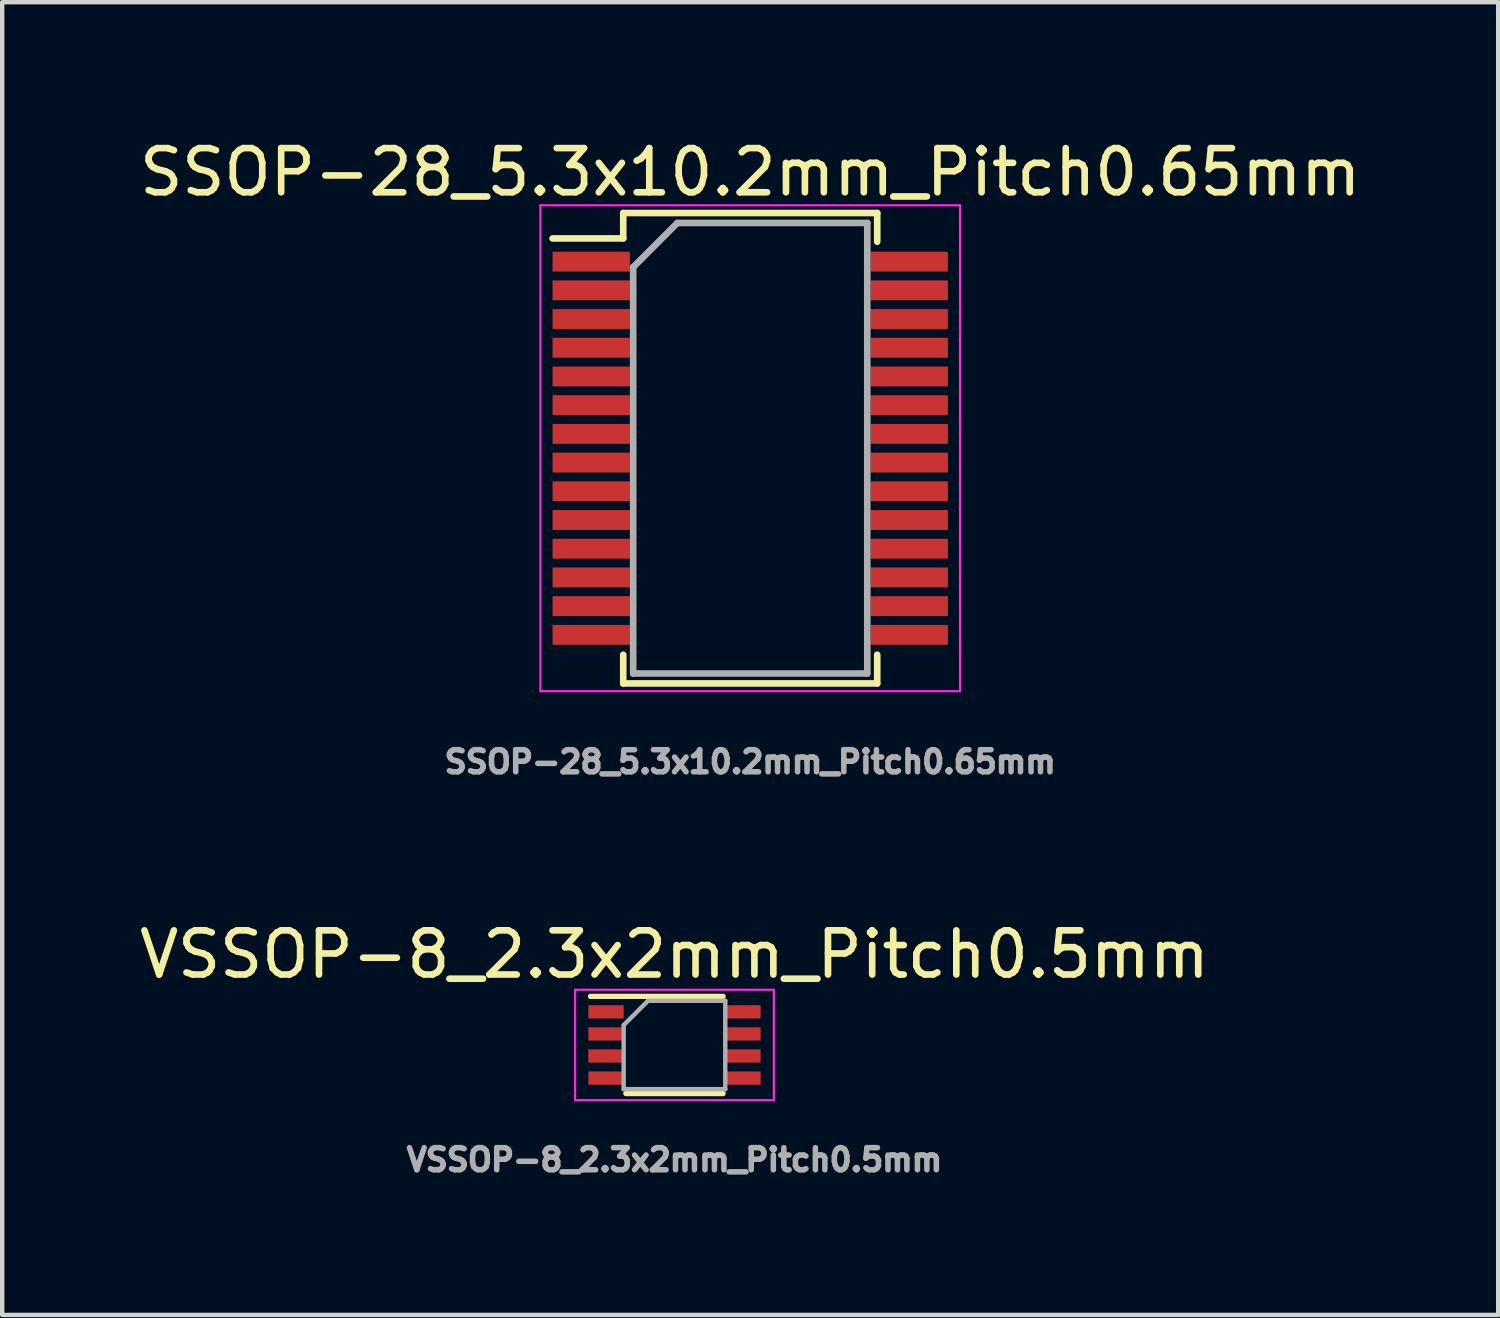
<source format=kicad_pcb>
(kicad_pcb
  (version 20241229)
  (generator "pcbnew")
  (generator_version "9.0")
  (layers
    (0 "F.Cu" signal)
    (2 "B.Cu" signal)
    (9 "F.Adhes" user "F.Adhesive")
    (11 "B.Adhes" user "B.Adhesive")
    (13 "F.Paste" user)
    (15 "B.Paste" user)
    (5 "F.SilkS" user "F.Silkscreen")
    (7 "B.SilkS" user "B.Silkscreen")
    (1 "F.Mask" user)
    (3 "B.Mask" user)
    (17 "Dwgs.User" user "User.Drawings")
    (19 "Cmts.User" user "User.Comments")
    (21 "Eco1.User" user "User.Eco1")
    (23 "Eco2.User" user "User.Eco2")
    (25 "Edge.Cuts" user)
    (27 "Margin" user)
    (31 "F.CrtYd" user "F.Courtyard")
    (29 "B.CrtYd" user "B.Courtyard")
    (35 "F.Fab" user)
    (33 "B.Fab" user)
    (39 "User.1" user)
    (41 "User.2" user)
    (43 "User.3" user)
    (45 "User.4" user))
  (footprint "SSOP-28_5.3x10.2mm_Pitch0.65mm"
    (layer "F.Cu")
    (at 13.935 7.098)
    (property "Reference" "SSOP-28_5.3x10.2mm_Pitch0.65mm" (at 0 -6.25 0) (layer "F.SilkS") (effects (font (size 1 1) (thickness 0.15))))
    (attr smd)
    (fp_line (start -2.875 -5.325) (end -2.875 -4.75) (stroke (width 0.15) (type solid)) (layer "F.SilkS"))
    (fp_line (start -2.875 -5.325) (end 2.875 -5.325) (stroke (width 0.15) (type solid)) (layer "F.SilkS"))
    (fp_line (start -2.875 -4.75) (end -4.475 -4.75) (stroke (width 0.15) (type solid)) (layer "F.SilkS"))
    (fp_line (start -2.875 5.325) (end -2.875 4.675) (stroke (width 0.15) (type solid)) (layer "F.SilkS"))
    (fp_line (start -2.875 5.325) (end 2.875 5.325) (stroke (width 0.15) (type solid)) (layer "F.SilkS"))
    (fp_line (start 2.875 -5.325) (end 2.875 -4.675) (stroke (width 0.15) (type solid)) (layer "F.SilkS"))
    (fp_line (start 2.875 5.325) (end 2.875 4.675) (stroke (width 0.15) (type solid)) (layer "F.SilkS"))
    (fp_line (start -4.75 -5.5) (end -4.75 5.5) (stroke (width 0.05) (type solid)) (layer "F.CrtYd"))
    (fp_line (start -4.75 -5.5) (end 4.75 -5.5) (stroke (width 0.05) (type solid)) (layer "F.CrtYd"))
    (fp_line (start -4.75 5.5) (end 4.75 5.5) (stroke (width 0.05) (type solid)) (layer "F.CrtYd"))
    (fp_line (start 4.75 -5.5) (end 4.75 5.5) (stroke (width 0.05) (type solid)) (layer "F.CrtYd"))
    (fp_line (start -2.65 -4.1) (end -1.65 -5.1) (stroke (width 0.15) (type solid)) (layer "F.Fab"))
    (fp_line (start -2.65 5.1) (end -2.65 -4.1) (stroke (width 0.15) (type solid)) (layer "F.Fab"))
    (fp_line (start -1.65 -5.1) (end 2.65 -5.1) (stroke (width 0.15) (type solid)) (layer "F.Fab"))
    (fp_line (start 2.65 -5.1) (end 2.65 5.1) (stroke (width 0.15) (type solid)) (layer "F.Fab"))
    (fp_line (start 2.65 5.1) (end -2.65 5.1) (stroke (width 0.15) (type solid)) (layer "F.Fab"))
    (fp_text user "${REFERENCE}" (at 0 7.1 0) (layer "F.Fab") (effects (font (size 0.5 0.5) (thickness 0.125))))
    (pad "1" smd rect (at -3.6 -4.225) (size 1.75 0.45) (layers "F.Cu" "F.Mask" "F.Paste"))
    (pad "2" smd rect (at -3.6 -3.575) (size 1.75 0.45) (layers "F.Cu" "F.Mask" "F.Paste"))
    (pad "3" smd rect (at -3.6 -2.925) (size 1.75 0.45) (layers "F.Cu" "F.Mask" "F.Paste"))
    (pad "4" smd rect (at -3.6 -2.275) (size 1.75 0.45) (layers "F.Cu" "F.Mask" "F.Paste"))
    (pad "5" smd rect (at -3.6 -1.625) (size 1.75 0.45) (layers "F.Cu" "F.Mask" "F.Paste"))
    (pad "6" smd rect (at -3.6 -0.975) (size 1.75 0.45) (layers "F.Cu" "F.Mask" "F.Paste"))
    (pad "7" smd rect (at -3.6 -0.325) (size 1.75 0.45) (layers "F.Cu" "F.Mask" "F.Paste"))
    (pad "8" smd rect (at -3.6 0.325) (size 1.75 0.45) (layers "F.Cu" "F.Mask" "F.Paste"))
    (pad "9" smd rect (at -3.6 0.975) (size 1.75 0.45) (layers "F.Cu" "F.Mask" "F.Paste"))
    (pad "10" smd rect (at -3.6 1.625) (size 1.75 0.45) (layers "F.Cu" "F.Mask" "F.Paste"))
    (pad "11" smd rect (at -3.6 2.275) (size 1.75 0.45) (layers "F.Cu" "F.Mask" "F.Paste"))
    (pad "12" smd rect (at -3.6 2.925) (size 1.75 0.45) (layers "F.Cu" "F.Mask" "F.Paste"))
    (pad "13" smd rect (at -3.6 3.575) (size 1.75 0.45) (layers "F.Cu" "F.Mask" "F.Paste"))
    (pad "14" smd rect (at -3.6 4.225) (size 1.75 0.45) (layers "F.Cu" "F.Mask" "F.Paste"))
    (pad "15" smd rect (at 3.6 4.225) (size 1.75 0.45) (layers "F.Cu" "F.Mask" "F.Paste"))
    (pad "16" smd rect (at 3.6 3.575) (size 1.75 0.45) (layers "F.Cu" "F.Mask" "F.Paste"))
    (pad "17" smd rect (at 3.6 2.925) (size 1.75 0.45) (layers "F.Cu" "F.Mask" "F.Paste"))
    (pad "18" smd rect (at 3.6 2.275) (size 1.75 0.45) (layers "F.Cu" "F.Mask" "F.Paste"))
    (pad "19" smd rect (at 3.6 1.625) (size 1.75 0.45) (layers "F.Cu" "F.Mask" "F.Paste"))
    (pad "20" smd rect (at 3.6 0.975) (size 1.75 0.45) (layers "F.Cu" "F.Mask" "F.Paste"))
    (pad "21" smd rect (at 3.6 0.325) (size 1.75 0.45) (layers "F.Cu" "F.Mask" "F.Paste"))
    (pad "22" smd rect (at 3.6 -0.325) (size 1.75 0.45) (layers "F.Cu" "F.Mask" "F.Paste"))
    (pad "23" smd rect (at 3.6 -0.975) (size 1.75 0.45) (layers "F.Cu" "F.Mask" "F.Paste"))
    (pad "24" smd rect (at 3.6 -1.625) (size 1.75 0.45) (layers "F.Cu" "F.Mask" "F.Paste"))
    (pad "25" smd rect (at 3.6 -2.275) (size 1.75 0.45) (layers "F.Cu" "F.Mask" "F.Paste"))
    (pad "26" smd rect (at 3.6 -2.925) (size 1.75 0.45) (layers "F.Cu" "F.Mask" "F.Paste"))
    (pad "27" smd rect (at 3.6 -3.575) (size 1.75 0.45) (layers "F.Cu" "F.Mask" "F.Paste"))
    (pad "28" smd rect (at 3.6 -4.225) (size 1.75 0.45) (layers "F.Cu" "F.Mask" "F.Paste")))
  (footprint "VSSOP-8_2.3x2mm_Pitch0.5mm"
    (layer "F.Cu")
    (at 12.22 20.608)
    (property "Reference" "VSSOP-8_2.3x2mm_Pitch0.5mm" (at 0 -2.05 180) (layer "F.SilkS") (effects (font (size 1 1) (thickness 0.15))))
    (attr smd)
    (fp_line (start 1.1 -1.1) (end -1.9 -1.1) (stroke (width 0.12) (type solid)) (layer "F.SilkS"))
    (fp_line (start 1.1 1.1) (end -1.1 1.1) (stroke (width 0.12) (type solid)) (layer "F.SilkS"))
    (fp_line (start -2.25 -1.25) (end 2.25 -1.25) (stroke (width 0.05) (type solid)) (layer "F.CrtYd"))
    (fp_line (start -2.25 1.25) (end -2.25 -1.25) (stroke (width 0.05) (type solid)) (layer "F.CrtYd"))
    (fp_line (start 2.25 -1.25) (end 2.25 1.25) (stroke (width 0.05) (type solid)) (layer "F.CrtYd"))
    (fp_line (start 2.25 1.25) (end -2.25 1.25) (stroke (width 0.05) (type solid)) (layer "F.CrtYd"))
    (fp_line (start -1.15 1) (end -1.15 -0.45) (stroke (width 0.1) (type solid)) (layer "F.Fab"))
    (fp_line (start -0.6 -1) (end -1.15 -0.45) (stroke (width 0.1) (type solid)) (layer "F.Fab"))
    (fp_line (start -0.6 -1) (end 1.15 -1) (stroke (width 0.1) (type solid)) (layer "F.Fab"))
    (fp_line (start 1.15 -1) (end 1.15 1) (stroke (width 0.1) (type solid)) (layer "F.Fab"))
    (fp_line (start 1.15 1) (end -1.15 1) (stroke (width 0.1) (type solid)) (layer "F.Fab"))
    (fp_text user "${REFERENCE}" (at 0 2.6 0) (layer "F.Fab") (effects (font (size 0.5 0.5) (thickness 0.125))))
    (pad "1" smd rect (at -1.55 -0.75 270) (size 0.3 0.8) (layers "F.Cu" "F.Mask" "F.Paste"))
    (pad "2" smd rect (at -1.55 -0.25 270) (size 0.3 0.8) (layers "F.Cu" "F.Mask" "F.Paste"))
    (pad "3" smd rect (at -1.55 0.25 270) (size 0.3 0.8) (layers "F.Cu" "F.Mask" "F.Paste"))
    (pad "4" smd rect (at -1.55 0.75 270) (size 0.3 0.8) (layers "F.Cu" "F.Mask" "F.Paste"))
    (pad "5" smd rect (at 1.55 0.75 270) (size 0.3 0.8) (layers "F.Cu" "F.Mask" "F.Paste"))
    (pad "6" smd rect (at 1.55 0.25 270) (size 0.3 0.8) (layers "F.Cu" "F.Mask" "F.Paste"))
    (pad "7" smd rect (at 1.55 -0.25 270) (size 0.3 0.8) (layers "F.Cu" "F.Mask" "F.Paste"))
    (pad "8" smd rect (at 1.55 -0.75 270) (size 0.3 0.8) (layers "F.Cu" "F.Mask" "F.Paste")))
  (gr_rect
    (start -3 -3)
    (end 30.869 26.72)
    (stroke (width 0.1) (type default))
    (fill no)
    (layer "Edge.Cuts")))
</source>
